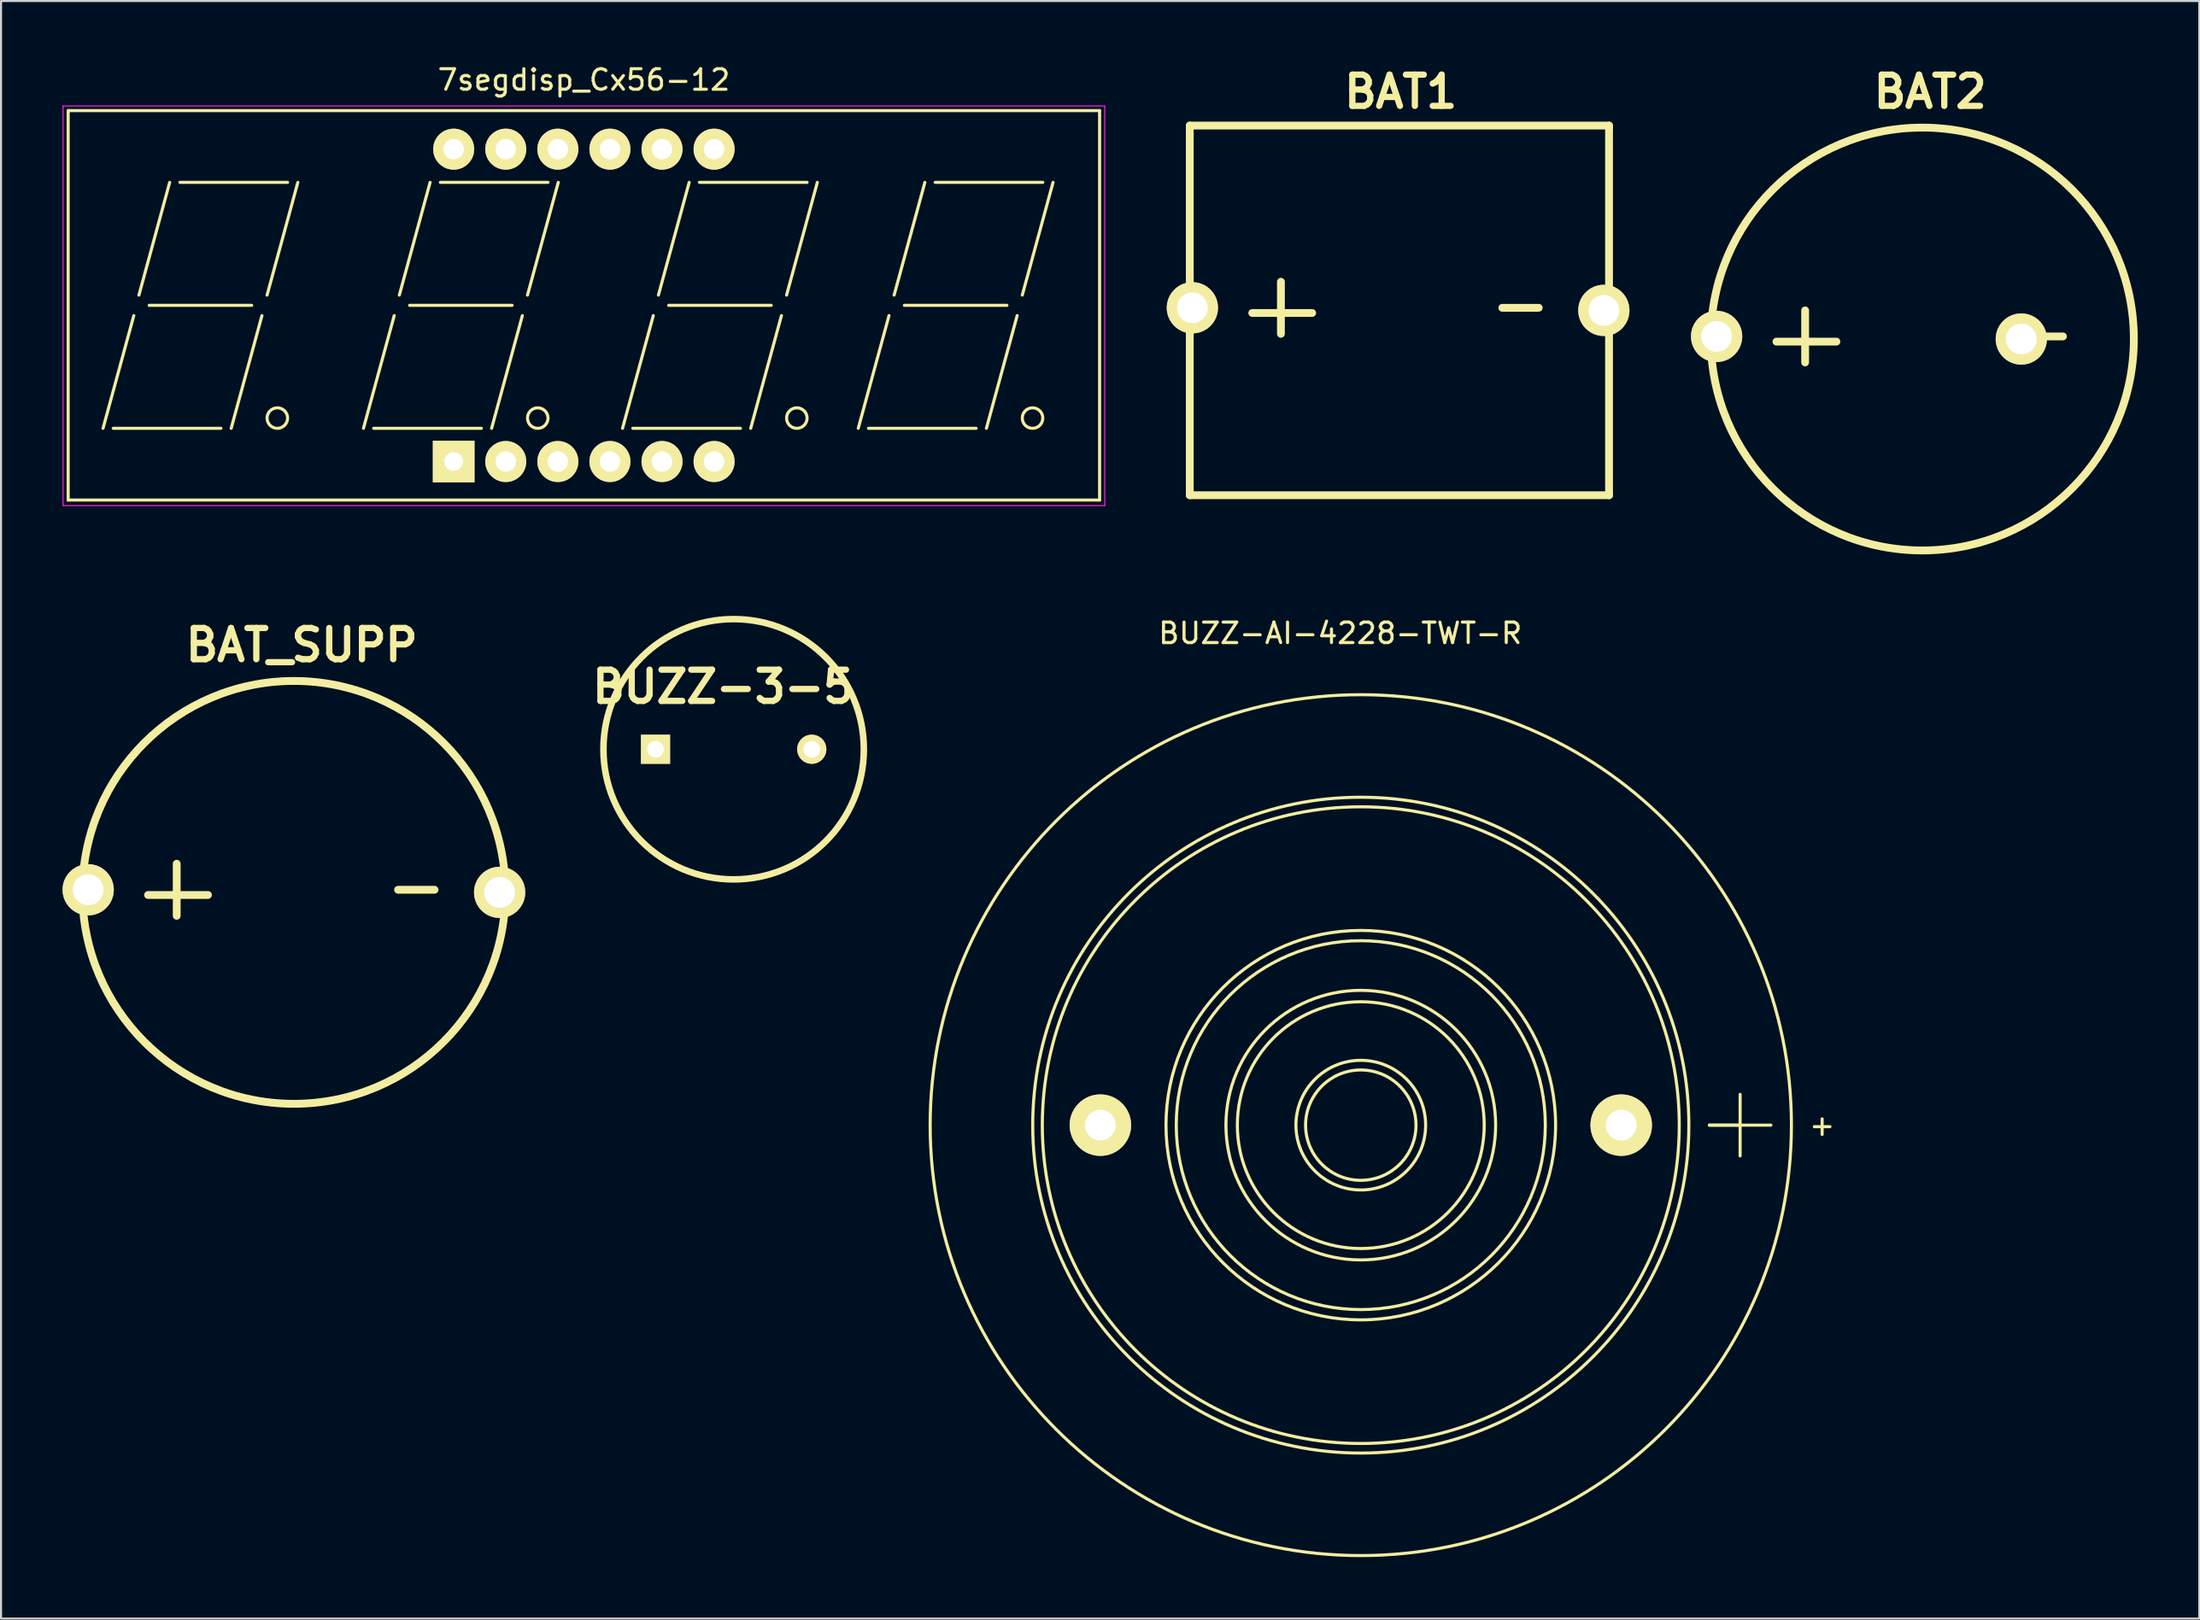
<source format=kicad_pcb>
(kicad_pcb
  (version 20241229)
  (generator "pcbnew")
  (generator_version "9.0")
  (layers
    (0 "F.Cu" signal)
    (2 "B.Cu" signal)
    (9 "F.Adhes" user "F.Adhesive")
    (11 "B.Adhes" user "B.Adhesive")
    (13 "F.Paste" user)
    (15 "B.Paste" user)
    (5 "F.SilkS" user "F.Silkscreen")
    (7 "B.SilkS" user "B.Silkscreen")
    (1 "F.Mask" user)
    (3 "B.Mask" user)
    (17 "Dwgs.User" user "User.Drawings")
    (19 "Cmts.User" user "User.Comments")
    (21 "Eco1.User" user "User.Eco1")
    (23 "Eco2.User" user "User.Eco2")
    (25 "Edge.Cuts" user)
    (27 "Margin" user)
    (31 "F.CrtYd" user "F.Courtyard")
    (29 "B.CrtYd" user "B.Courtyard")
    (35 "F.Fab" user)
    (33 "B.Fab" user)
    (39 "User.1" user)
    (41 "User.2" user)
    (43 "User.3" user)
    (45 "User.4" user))
  (footprint "BUZZ-AI-4228-TWT-R"
    (layer "F.Cu")
    (at 50.613 51.846)
    (property "Reference" "BUZZ-AI-4228-TWT-R" (at 11.699 -24 0) (layer "F.SilkS") (effects (font (size 1 1) (thickness 0.15))))
    (attr through_hole)
    (fp_line (start 29.7 0) (end 32.7 0) (stroke (width 0.15) (type solid)) (layer "F.SilkS"))
    (fp_line (start 31.199 0) (end 29.7 0) (stroke (width 0.15) (type solid)) (layer "F.SilkS"))
    (fp_line (start 31.199 0) (end 31.199 -1.501) (stroke (width 0.15) (type solid)) (layer "F.SilkS"))
    (fp_line (start 31.199 0) (end 31.199 1.501) (stroke (width 0.15) (type solid)) (layer "F.SilkS"))
    (fp_circle (center 12.7 0) (end 15.199 1.001) (stroke (width 0.15) (type solid)) (fill no) (layer "F.SilkS"))
    (fp_circle (center 12.7 0) (end 15.7 1.001) (stroke (width 0.15) (type solid)) (fill no) (layer "F.SilkS"))
    (fp_circle (center 12.7 0) (end 18.699 0.5) (stroke (width 0.15) (type solid)) (fill no) (layer "F.SilkS"))
    (fp_circle (center 12.7 0) (end 19.2 1.001) (stroke (width 0.15) (type solid)) (fill no) (layer "F.SilkS"))
    (fp_circle (center 12.7 0) (end 21.699 0) (stroke (width 0.15) (type solid)) (fill no) (layer "F.SilkS"))
    (fp_circle (center 12.7 0) (end 22.2 0) (stroke (width 0.15) (type solid)) (fill no) (layer "F.SilkS"))
    (fp_circle (center 12.7 0) (end 28.199 1.001) (stroke (width 0.15) (type solid)) (fill no) (layer "F.SilkS"))
    (fp_circle (center 12.7 0) (end 28.699 0) (stroke (width 0.15) (type solid)) (fill no) (layer "F.SilkS"))
    (fp_circle (center 12.7 0) (end 33.701 0) (stroke (width 0.15) (type solid)) (fill no) (layer "F.SilkS"))
    (fp_text user "+" (at 35.199 0 0) (layer "F.SilkS") (effects (font (size 1 1) (thickness 0.15))))
    (pad "1" thru_hole circle (at 0 0) (size 3 3) (drill 1.501) (layers "*.Cu" "*.Mask" "F.SilkS"))
    (pad "2" thru_hole circle (at 25.4 0) (size 3 3) (drill 1.501) (layers "*.Cu" "*.Mask" "F.SilkS")))
  (footprint "7segdisp_Cx56-12"
    (layer "F.Cu")
    (at 19.075 19.468)
    (property "Reference" "7segdisp_Cx56-12" (at 6.35 -18.62 0) (layer "F.SilkS") (effects (font (size 1 1) (thickness 0.15))))
    (attr through_hole)
    (fp_line (start -18.8 -17.12) (end 31.5 -17.12) (stroke (width 0.15) (type solid)) (layer "F.SilkS"))
    (fp_line (start -18.8 1.88) (end -18.8 -17.12) (stroke (width 0.15) (type solid)) (layer "F.SilkS"))
    (fp_line (start -17.1 -1.62) (end -15.6 -7.12) (stroke (width 0.15) (type solid)) (layer "F.SilkS"))
    (fp_line (start -16.6 -1.62) (end -11.35 -1.62) (stroke (width 0.15) (type solid)) (layer "F.SilkS"))
    (fp_line (start -15.35 -8.12) (end -13.85 -13.62) (stroke (width 0.15) (type solid)) (layer "F.SilkS"))
    (fp_line (start -14.85 -7.62) (end -9.85 -7.62) (stroke (width 0.15) (type solid)) (layer "F.SilkS"))
    (fp_line (start -13.35 -13.62) (end -8.1 -13.62) (stroke (width 0.15) (type solid)) (layer "F.SilkS"))
    (fp_line (start -10.85 -1.62) (end -9.35 -7.12) (stroke (width 0.15) (type solid)) (layer "F.SilkS"))
    (fp_line (start -9.1 -8.12) (end -7.6 -13.62) (stroke (width 0.15) (type solid)) (layer "F.SilkS"))
    (fp_line (start -4.4 -1.62) (end -2.9 -7.12) (stroke (width 0.15) (type solid)) (layer "F.SilkS"))
    (fp_line (start -3.9 -1.62) (end 1.35 -1.62) (stroke (width 0.15) (type solid)) (layer "F.SilkS"))
    (fp_line (start -2.65 -8.12) (end -1.15 -13.62) (stroke (width 0.15) (type solid)) (layer "F.SilkS"))
    (fp_line (start -2.15 -7.62) (end 2.85 -7.62) (stroke (width 0.15) (type solid)) (layer "F.SilkS"))
    (fp_line (start -0.65 -13.62) (end 4.6 -13.62) (stroke (width 0.15) (type solid)) (layer "F.SilkS"))
    (fp_line (start 1.85 -1.62) (end 3.35 -7.12) (stroke (width 0.15) (type solid)) (layer "F.SilkS"))
    (fp_line (start 3.6 -8.12) (end 5.1 -13.62) (stroke (width 0.15) (type solid)) (layer "F.SilkS"))
    (fp_line (start 8.235 -1.62) (end 9.735 -7.12) (stroke (width 0.15) (type solid)) (layer "F.SilkS"))
    (fp_line (start 8.735 -1.62) (end 13.985 -1.62) (stroke (width 0.15) (type solid)) (layer "F.SilkS"))
    (fp_line (start 9.985 -8.12) (end 11.485 -13.62) (stroke (width 0.15) (type solid)) (layer "F.SilkS"))
    (fp_line (start 10.485 -7.62) (end 15.485 -7.62) (stroke (width 0.15) (type solid)) (layer "F.SilkS"))
    (fp_line (start 11.985 -13.62) (end 17.235 -13.62) (stroke (width 0.15) (type solid)) (layer "F.SilkS"))
    (fp_line (start 14.485 -1.62) (end 15.985 -7.12) (stroke (width 0.15) (type solid)) (layer "F.SilkS"))
    (fp_line (start 16.235 -8.12) (end 17.735 -13.62) (stroke (width 0.15) (type solid)) (layer "F.SilkS"))
    (fp_line (start 19.73 -1.62) (end 21.23 -7.12) (stroke (width 0.15) (type solid)) (layer "F.SilkS"))
    (fp_line (start 20.23 -1.62) (end 25.48 -1.62) (stroke (width 0.15) (type solid)) (layer "F.SilkS"))
    (fp_line (start 21.48 -8.12) (end 22.98 -13.62) (stroke (width 0.15) (type solid)) (layer "F.SilkS"))
    (fp_line (start 21.98 -7.62) (end 26.98 -7.62) (stroke (width 0.15) (type solid)) (layer "F.SilkS"))
    (fp_line (start 23.48 -13.62) (end 28.73 -13.62) (stroke (width 0.15) (type solid)) (layer "F.SilkS"))
    (fp_line (start 25.98 -1.62) (end 27.48 -7.12) (stroke (width 0.15) (type solid)) (layer "F.SilkS"))
    (fp_line (start 27.73 -8.12) (end 29.23 -13.62) (stroke (width 0.15) (type solid)) (layer "F.SilkS"))
    (fp_line (start 31.5 -17.12) (end 31.5 1.88) (stroke (width 0.15) (type solid)) (layer "F.SilkS"))
    (fp_line (start 31.5 1.88) (end -18.8 1.88) (stroke (width 0.15) (type solid)) (layer "F.SilkS"))
    (fp_circle (center -8.6 -2.12) (end -8.6 -1.62) (stroke (width 0.15) (type solid)) (fill no) (layer "F.SilkS"))
    (fp_circle (center 4.1 -2.12) (end 4.1 -1.62) (stroke (width 0.15) (type solid)) (fill no) (layer "F.SilkS"))
    (fp_circle (center 16.735 -2.12) (end 16.735 -1.62) (stroke (width 0.15) (type solid)) (fill no) (layer "F.SilkS"))
    (fp_circle (center 28.23 -2.12) (end 28.23 -1.62) (stroke (width 0.15) (type solid)) (fill no) (layer "F.SilkS"))
    (fp_line (start -19.05 -17.35) (end 31.75 -17.35) (stroke (width 0.05) (type solid)) (layer "F.CrtYd"))
    (fp_line (start -19.05 2.15) (end -19.05 -17.35) (stroke (width 0.05) (type solid)) (layer "F.CrtYd"))
    (fp_line (start 31.75 -17.35) (end 31.75 2.15) (stroke (width 0.05) (type solid)) (layer "F.CrtYd"))
    (fp_line (start 31.75 2.15) (end -19.05 2.15) (stroke (width 0.05) (type solid)) (layer "F.CrtYd"))
    (pad "1" thru_hole rect (at 0 0) (size 2.032 2.032) (drill 0.914) (layers "*.Cu" "*.Mask" "F.SilkS"))
    (pad "2" thru_hole circle (at 2.54 0) (size 2 2) (drill 1) (layers "*.Cu" "*.Mask" "F.SilkS"))
    (pad "3" thru_hole circle (at 5.08 0) (size 2 2) (drill 1) (layers "*.Cu" "*.Mask" "F.SilkS"))
    (pad "4" thru_hole circle (at 7.62 0) (size 2 2) (drill 1) (layers "*.Cu" "*.Mask" "F.SilkS"))
    (pad "5" thru_hole circle (at 10.16 0) (size 2 2) (drill 1) (layers "*.Cu" "*.Mask" "F.SilkS"))
    (pad "6" thru_hole circle (at 12.7 0) (size 2 2) (drill 1) (layers "*.Cu" "*.Mask" "F.SilkS"))
    (pad "7" thru_hole circle (at 12.7 -15.24) (size 2 2) (drill 1) (layers "*.Cu" "*.Mask" "F.SilkS"))
    (pad "8" thru_hole circle (at 10.16 -15.24) (size 2 2) (drill 1) (layers "*.Cu" "*.Mask" "F.SilkS"))
    (pad "9" thru_hole circle (at 7.62 -15.24) (size 2 2) (drill 1) (layers "*.Cu" "*.Mask" "F.SilkS"))
    (pad "10" thru_hole circle (at 5.08 -15.24) (size 2 2) (drill 1) (layers "*.Cu" "*.Mask" "F.SilkS"))
    (pad "11" thru_hole circle (at 2.54 -15.24) (size 2 2) (drill 1) (layers "*.Cu" "*.Mask" "F.SilkS"))
    (pad "12" thru_hole circle (at 0 -15.24) (size 2 2) (drill 1) (layers "*.Cu" "*.Mask" "F.SilkS")))
  (footprint "BAT2"
    (layer "F.Cu")
    (at 90.698 13.491)
    (property "Reference" "BAT2" (at 0.381 -12.065 0) (layer "F.SilkS") (effects (font (size 1.524 1.524) (thickness 0.305))))
    (attr through_hole)
    (fp_line (start -7.112 0.127) (end -4.191 0.127) (stroke (width 0.381) (type solid)) (layer "F.SilkS"))
    (fp_line (start -5.715 -1.397) (end -5.715 1.143) (stroke (width 0.381) (type solid)) (layer "F.SilkS"))
    (fp_line (start 5.08 -0.127) (end 6.858 -0.127) (stroke (width 0.381) (type solid)) (layer "F.SilkS"))
    (fp_circle (center 0 0) (end 10.287 0.762) (stroke (width 0.381) (type solid)) (fill no) (layer "F.SilkS"))
    (pad "1" thru_hole circle (at -10.033 -0.127) (size 2.499 2.499) (drill 1.501) (layers "*.Cu" "*.Mask" "F.SilkS"))
    (pad "2" thru_hole circle (at 4.826 0) (size 2.499 2.499) (drill 1.501) (layers "*.Cu" "*.Mask" "F.SilkS")))
  (footprint "BUZZ-3-5"
    (layer "F.Cu")
    (at 32.728 33.506)
    (property "Reference" "BUZZ-3-5" (at -0.508 -3.048 0) (layer "F.SilkS") (effects (font (size 1.524 1.524) (thickness 0.305))))
    (attr through_hole)
    (fp_circle (center 0 0) (end -6.35 0) (stroke (width 0.318) (type solid)) (fill no) (layer "F.SilkS"))
    (pad "1" thru_hole rect (at -3.81 0) (size 1.422 1.422) (drill 0.813) (layers "*.Cu" "*.Mask" "F.SilkS"))
    (pad "2" thru_hole circle (at 3.81 0) (size 1.422 1.422) (drill 0.813) (layers "*.Cu" "*.Mask" "F.SilkS")))
  (footprint "BAT_SUPP"
    (layer "F.Cu")
    (at 11.283 40.489)
    (property "Reference" "BAT_SUPP" (at 0.381 -12.065 0) (layer "F.SilkS") (effects (font (size 1.524 1.524) (thickness 0.305))))
    (attr through_hole)
    (fp_line (start -7.112 0.127) (end -4.191 0.127) (stroke (width 0.381) (type solid)) (layer "F.SilkS"))
    (fp_line (start -5.715 -1.397) (end -5.715 1.143) (stroke (width 0.381) (type solid)) (layer "F.SilkS"))
    (fp_line (start 5.08 -0.127) (end 6.858 -0.127) (stroke (width 0.381) (type solid)) (layer "F.SilkS"))
    (fp_circle (center 0 0) (end 10.287 0.762) (stroke (width 0.381) (type solid)) (fill no) (layer "F.SilkS"))
    (pad "1" thru_hole circle (at -10.033 -0.127) (size 2.499 2.499) (drill 1.501) (layers "*.Cu" "*.Mask" "F.SilkS"))
    (pad "2" thru_hole circle (at 10.033 0) (size 2.499 2.499) (drill 1.501) (layers "*.Cu" "*.Mask" "F.SilkS")))
  (footprint "BAT1"
    (layer "F.Cu")
    (at 65.133 12.094)
    (property "Reference" "BAT1" (at 0.127 -10.668 0) (layer "F.SilkS") (effects (font (size 1.524 1.524) (thickness 0.305))))
    (attr through_hole)
    (fp_line (start -10.16 -9.017) (end -10.16 0.254) (stroke (width 0.381) (type solid)) (layer "F.SilkS"))
    (fp_line (start -10.16 -0.127) (end -10.16 9.017) (stroke (width 0.381) (type solid)) (layer "F.SilkS"))
    (fp_line (start -10.16 9.017) (end 10.287 9.017) (stroke (width 0.381) (type solid)) (layer "F.SilkS"))
    (fp_line (start -7.112 0.127) (end -4.191 0.127) (stroke (width 0.381) (type solid)) (layer "F.SilkS"))
    (fp_line (start -5.715 -1.397) (end -5.715 1.143) (stroke (width 0.381) (type solid)) (layer "F.SilkS"))
    (fp_line (start 5.08 -0.127) (end 6.858 -0.127) (stroke (width 0.381) (type solid)) (layer "F.SilkS"))
    (fp_line (start 10.287 -9.017) (end -10.16 -9.017) (stroke (width 0.381) (type solid)) (layer "F.SilkS"))
    (fp_line (start 10.287 -8.89) (end 10.287 -9.017) (stroke (width 0.381) (type solid)) (layer "F.SilkS"))
    (fp_line (start 10.287 9.017) (end 10.287 -8.89) (stroke (width 0.381) (type solid)) (layer "F.SilkS"))
    (pad "1" thru_hole circle (at -10.033 -0.127) (size 2.499 2.499) (drill 1.501) (layers "*.Cu" "*.Mask" "F.SilkS"))
    (pad "2" thru_hole circle (at 10.033 0) (size 2.499 2.499) (drill 1.501) (layers "*.Cu" "*.Mask" "F.SilkS")))
  (gr_rect
    (start -3 -3)
    (end 104.204 75.922)
    (stroke (width 0.1) (type default))
    (fill no)
    (layer "Edge.Cuts")))
</source>
